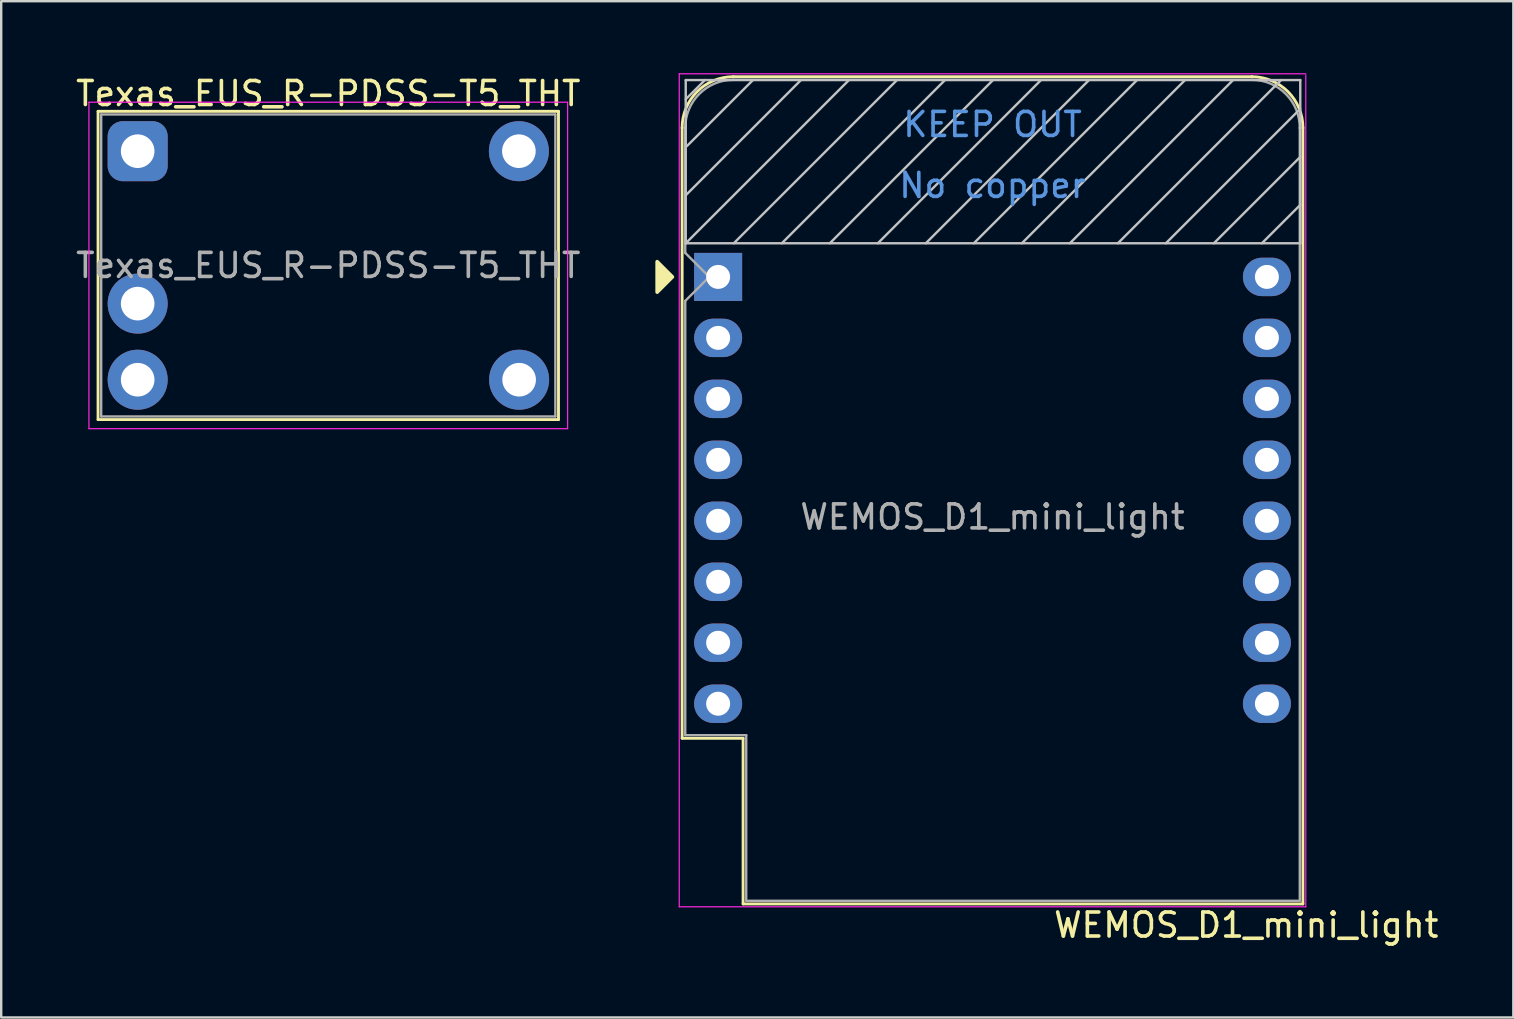
<source format=kicad_pcb>
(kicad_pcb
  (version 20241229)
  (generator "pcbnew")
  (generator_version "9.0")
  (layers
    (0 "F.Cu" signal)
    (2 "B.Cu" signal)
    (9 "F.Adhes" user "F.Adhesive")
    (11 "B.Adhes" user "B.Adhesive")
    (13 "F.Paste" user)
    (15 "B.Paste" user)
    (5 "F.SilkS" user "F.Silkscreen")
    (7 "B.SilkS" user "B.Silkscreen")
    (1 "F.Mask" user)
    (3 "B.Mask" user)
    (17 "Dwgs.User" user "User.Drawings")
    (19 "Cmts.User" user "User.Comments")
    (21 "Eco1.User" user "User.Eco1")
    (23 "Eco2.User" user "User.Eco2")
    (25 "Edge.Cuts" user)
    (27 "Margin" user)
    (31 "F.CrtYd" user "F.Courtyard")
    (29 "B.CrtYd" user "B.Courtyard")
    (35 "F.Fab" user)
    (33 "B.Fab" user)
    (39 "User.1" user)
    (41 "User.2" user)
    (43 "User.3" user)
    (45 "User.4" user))
  (footprint "WEMOS_D1_mini_light"
    (layer "F.Cu")
    (at 26.865 8.485)
    (property "Reference" "WEMOS_D1_mini_light" (at 22 27 0) (layer "F.SilkS") (effects (font (size 1 1) (thickness 0.15))))
    (attr through_hole)
    (fp_line (start -1.5 19.22) (end -1.5 -6.21) (stroke (width 0.12) (type solid)) (layer "F.SilkS"))
    (fp_line (start -1.5 19.22) (end 1.04 19.22) (stroke (width 0.12) (type solid)) (layer "F.SilkS"))
    (fp_line (start 1.04 19.22) (end 1.04 26.12) (stroke (width 0.12) (type solid)) (layer "F.SilkS"))
    (fp_line (start 1.04 26.12) (end 24.36 26.12) (stroke (width 0.12) (type solid)) (layer "F.SilkS"))
    (fp_line (start 22.24 -8.34) (end 0.63 -8.34) (stroke (width 0.12) (type solid)) (layer "F.SilkS"))
    (fp_line (start 24.36 26.12) (end 24.36 -6.21) (stroke (width 0.12) (type solid)) (layer "F.SilkS"))
    (fp_arc (start -1.5 -6.21) (mid -0.876137 -7.716137) (end 0.63 -8.34) (stroke (width 0.12) (type solid)) (layer "F.SilkS"))
    (fp_arc (start 22.23 -8.34) (mid 23.736137 -7.716137) (end 24.36 -6.21) (stroke (width 0.12) (type solid)) (layer "F.SilkS"))
    (fp_poly (pts (xy -2.54 -0.635) (xy -2.54 0.635) (xy -1.905 0)) (stroke (width 0.15) (type solid)) (fill yes) (layer "F.SilkS"))
    (fp_line (start -1.35 -8.2) (end -1.35 -1.4) (stroke (width 0.1) (type solid)) (layer "Dwgs.User"))
    (fp_line (start -1.35 -7.4) (end -0.55 -8.2) (stroke (width 0.1) (type solid)) (layer "Dwgs.User"))
    (fp_line (start -1.35 -3.4) (end 3.45 -8.2) (stroke (width 0.1) (type solid)) (layer "Dwgs.User"))
    (fp_line (start -1.35 -1.4) (end 5.45 -8.2) (stroke (width 0.1) (type solid)) (layer "Dwgs.User"))
    (fp_line (start -1.35 -1.4) (end 24.25 -1.4) (stroke (width 0.1) (type solid)) (layer "Dwgs.User"))
    (fp_line (start -1.3 -5.45) (end 1.45 -8.2) (stroke (width 0.1) (type solid)) (layer "Dwgs.User"))
    (fp_line (start 0.65 -1.4) (end 7.45 -8.2) (stroke (width 0.1) (type solid)) (layer "Dwgs.User"))
    (fp_line (start 2.65 -1.4) (end 9.45 -8.2) (stroke (width 0.1) (type solid)) (layer "Dwgs.User"))
    (fp_line (start 4.65 -1.4) (end 11.45 -8.2) (stroke (width 0.1) (type solid)) (layer "Dwgs.User"))
    (fp_line (start 6.65 -1.4) (end 13.45 -8.2) (stroke (width 0.1) (type solid)) (layer "Dwgs.User"))
    (fp_line (start 8.65 -1.4) (end 15.45 -8.2) (stroke (width 0.1) (type solid)) (layer "Dwgs.User"))
    (fp_line (start 10.65 -1.4) (end 17.45 -8.2) (stroke (width 0.1) (type solid)) (layer "Dwgs.User"))
    (fp_line (start 12.65 -1.4) (end 19.45 -8.2) (stroke (width 0.1) (type solid)) (layer "Dwgs.User"))
    (fp_line (start 14.65 -1.4) (end 21.45 -8.2) (stroke (width 0.1) (type solid)) (layer "Dwgs.User"))
    (fp_line (start 16.65 -1.4) (end 23.45 -8.2) (stroke (width 0.1) (type solid)) (layer "Dwgs.User"))
    (fp_line (start 18.65 -1.4) (end 24.25 -7) (stroke (width 0.1) (type solid)) (layer "Dwgs.User"))
    (fp_line (start 20.65 -1.4) (end 24.25 -5) (stroke (width 0.1) (type solid)) (layer "Dwgs.User"))
    (fp_line (start 22.65 -1.4) (end 24.25 -3) (stroke (width 0.1) (type solid)) (layer "Dwgs.User"))
    (fp_line (start 24.25 -8.2) (end -1.35 -8.2) (stroke (width 0.1) (type solid)) (layer "Dwgs.User"))
    (fp_line (start 24.25 -1.4) (end 24.25 -8.2) (stroke (width 0.1) (type solid)) (layer "Dwgs.User"))
    (fp_line (start -1.62 -8.46) (end 24.48 -8.46) (stroke (width 0.05) (type solid)) (layer "F.CrtYd"))
    (fp_line (start -1.62 26.24) (end -1.62 -8.46) (stroke (width 0.05) (type solid)) (layer "F.CrtYd"))
    (fp_line (start 24.48 -8.41) (end 24.48 26.24) (stroke (width 0.05) (type solid)) (layer "F.CrtYd"))
    (fp_line (start 24.48 26.24) (end -1.62 26.24) (stroke (width 0.05) (type solid)) (layer "F.CrtYd"))
    (fp_line (start -1.37 -6.21) (end -1.37 -1) (stroke (width 0.1) (type solid)) (layer "F.Fab"))
    (fp_line (start -1.37 1) (end -1.37 19.09) (stroke (width 0.1) (type solid)) (layer "F.Fab"))
    (fp_line (start -1.37 1) (end -0.37 0) (stroke (width 0.1) (type solid)) (layer "F.Fab"))
    (fp_line (start -1.37 19.09) (end 1.17 19.09) (stroke (width 0.1) (type solid)) (layer "F.Fab"))
    (fp_line (start -0.37 0) (end -1.37 -1) (stroke (width 0.1) (type solid)) (layer "F.Fab"))
    (fp_line (start 1.17 19.09) (end 1.17 25.99) (stroke (width 0.1) (type solid)) (layer "F.Fab"))
    (fp_line (start 1.17 25.99) (end 24.23 25.99) (stroke (width 0.1) (type solid)) (layer "F.Fab"))
    (fp_line (start 22.23 -8.21) (end 0.63 -8.21) (stroke (width 0.1) (type solid)) (layer "F.Fab"))
    (fp_line (start 24.23 25.99) (end 24.23 -6.21) (stroke (width 0.1) (type solid)) (layer "F.Fab"))
    (fp_arc (start -1.37 -6.21) (mid -0.784214 -7.624214) (end 0.63 -8.21) (stroke (width 0.1) (type solid)) (layer "F.Fab"))
    (fp_arc (start 22.25 -8.21) (mid 23.658356 -7.610071) (end 24.23 -6.19) (stroke (width 0.1) (type solid)) (layer "F.Fab"))
    (fp_text user "KEEP OUT" (at 11.43 -6.35 0) (layer "Cmts.User") (effects (font (size 1 1) (thickness 0.15))))
    (fp_text user "No copper" (at 11.43 -3.81 0) (layer "Cmts.User") (effects (font (size 1 1) (thickness 0.15))))
    (fp_text user "${REFERENCE}" (at 11.43 10 0) (layer "F.Fab") (effects (font (size 1 1) (thickness 0.15))))
    (pad "1" thru_hole rect (at 0 0) (size 2 2) (drill 1) (layers "*.Cu" "*.Mask"))
    (pad "2" thru_hole oval (at 0 2.54) (size 2 1.6) (drill 1) (layers "*.Cu" "*.Mask"))
    (pad "3" thru_hole oval (at 0 5.08) (size 2 1.6) (drill 1) (layers "*.Cu" "*.Mask"))
    (pad "4" thru_hole oval (at 0 7.62) (size 2 1.6) (drill 1) (layers "*.Cu" "*.Mask"))
    (pad "5" thru_hole oval (at 0 10.16) (size 2 1.6) (drill 1) (layers "*.Cu" "*.Mask"))
    (pad "6" thru_hole oval (at 0 12.7) (size 2 1.6) (drill 1) (layers "*.Cu" "*.Mask"))
    (pad "7" thru_hole oval (at 0 15.24) (size 2 1.6) (drill 1) (layers "*.Cu" "*.Mask"))
    (pad "8" thru_hole oval (at 0 17.78) (size 2 1.6) (drill 1) (layers "*.Cu" "*.Mask"))
    (pad "9" thru_hole oval (at 22.86 17.78) (size 2 1.6) (drill 1) (layers "*.Cu" "*.Mask"))
    (pad "10" thru_hole oval (at 22.86 15.24) (size 2 1.6) (drill 1) (layers "*.Cu" "*.Mask"))
    (pad "11" thru_hole oval (at 22.86 12.7) (size 2 1.6) (drill 1) (layers "*.Cu" "*.Mask"))
    (pad "12" thru_hole oval (at 22.86 10.16) (size 2 1.6) (drill 1) (layers "*.Cu" "*.Mask"))
    (pad "13" thru_hole oval (at 22.86 7.62) (size 2 1.6) (drill 1) (layers "*.Cu" "*.Mask"))
    (pad "14" thru_hole oval (at 22.86 5.08) (size 2 1.6) (drill 1) (layers "*.Cu" "*.Mask"))
    (pad "15" thru_hole oval (at 22.86 2.54) (size 2 1.6) (drill 1) (layers "*.Cu" "*.Mask"))
    (pad "16" thru_hole oval (at 22.86 0) (size 2 1.6) (drill 1) (layers "*.Cu" "*.Mask")))
  (footprint "Texas_EUS_R-PDSS-T5_THT"
    (layer "F.Cu")
    (at 2.685 3.248)
    (property "Reference" "Texas_EUS_R-PDSS-T5_THT" (at 7.94 -2.4 0) (layer "F.SilkS") (effects (font (size 1 1) (thickness 0.15))))
    (attr through_hole)
    (fp_line (start -1.65 -1.66) (end -1.65 11.18) (stroke (width 0.12) (type solid)) (layer "F.SilkS"))
    (fp_line (start -1.65 -1.66) (end 17.53 -1.66) (stroke (width 0.12) (type solid)) (layer "F.SilkS"))
    (fp_line (start -1.65 11.18) (end 17.53 11.18) (stroke (width 0.12) (type solid)) (layer "F.SilkS"))
    (fp_line (start 17.53 -1.66) (end 17.53 11.18) (stroke (width 0.12) (type solid)) (layer "F.SilkS"))
    (fp_line (start -2.03 11.56) (end -2.03 -2.04) (stroke (width 0.05) (type solid)) (layer "F.CrtYd"))
    (fp_line (start -2.03 11.56) (end 17.91 11.56) (stroke (width 0.05) (type solid)) (layer "F.CrtYd"))
    (fp_line (start 17.91 -2.04) (end -2.03 -2.04) (stroke (width 0.05) (type solid)) (layer "F.CrtYd"))
    (fp_line (start 17.91 -2.04) (end 17.91 11.56) (stroke (width 0.05) (type solid)) (layer "F.CrtYd"))
    (fp_line (start -1.52 11.05) (end -1.52 -1.53) (stroke (width 0.1) (type solid)) (layer "F.Fab"))
    (fp_line (start -1.52 11.05) (end 17.4 11.05) (stroke (width 0.1) (type solid)) (layer "F.Fab"))
    (fp_line (start 17.4 -1.53) (end -1.52 -1.53) (stroke (width 0.1) (type solid)) (layer "F.Fab"))
    (fp_line (start 17.4 -1.53) (end 17.4 11.05) (stroke (width 0.1) (type solid)) (layer "F.Fab"))
    (fp_text user "${REFERENCE}" (at 7.94 4.76 0) (layer "F.Fab") (effects (font (size 1 1) (thickness 0.15))))
    (pad "1" thru_hole roundrect (at 0 0) (size 2.5 2.5) (drill 1.4) (layers "*.Cu" "*.Mask") (roundrect_rratio 0.25))
    (pad "2" thru_hole circle (at 0 6.35) (size 2.5 2.5) (drill 1.4) (layers "*.Cu" "*.Mask"))
    (pad "3" thru_hole circle (at 0 9.52) (size 2.5 2.5) (drill 1.4) (layers "*.Cu" "*.Mask"))
    (pad "4" thru_hole circle (at 15.89 9.52) (size 2.5 2.5) (drill 1.4) (layers "*.Cu" "*.Mask"))
    (pad "5" thru_hole circle (at 15.88 0) (size 2.5 2.5) (drill 1.4) (layers "*.Cu" "*.Mask")))
  (gr_rect
    (start -3 -3)
    (end 59.99 39.333)
    (stroke (width 0.1) (type default))
    (fill no)
    (layer "Edge.Cuts")))
</source>
